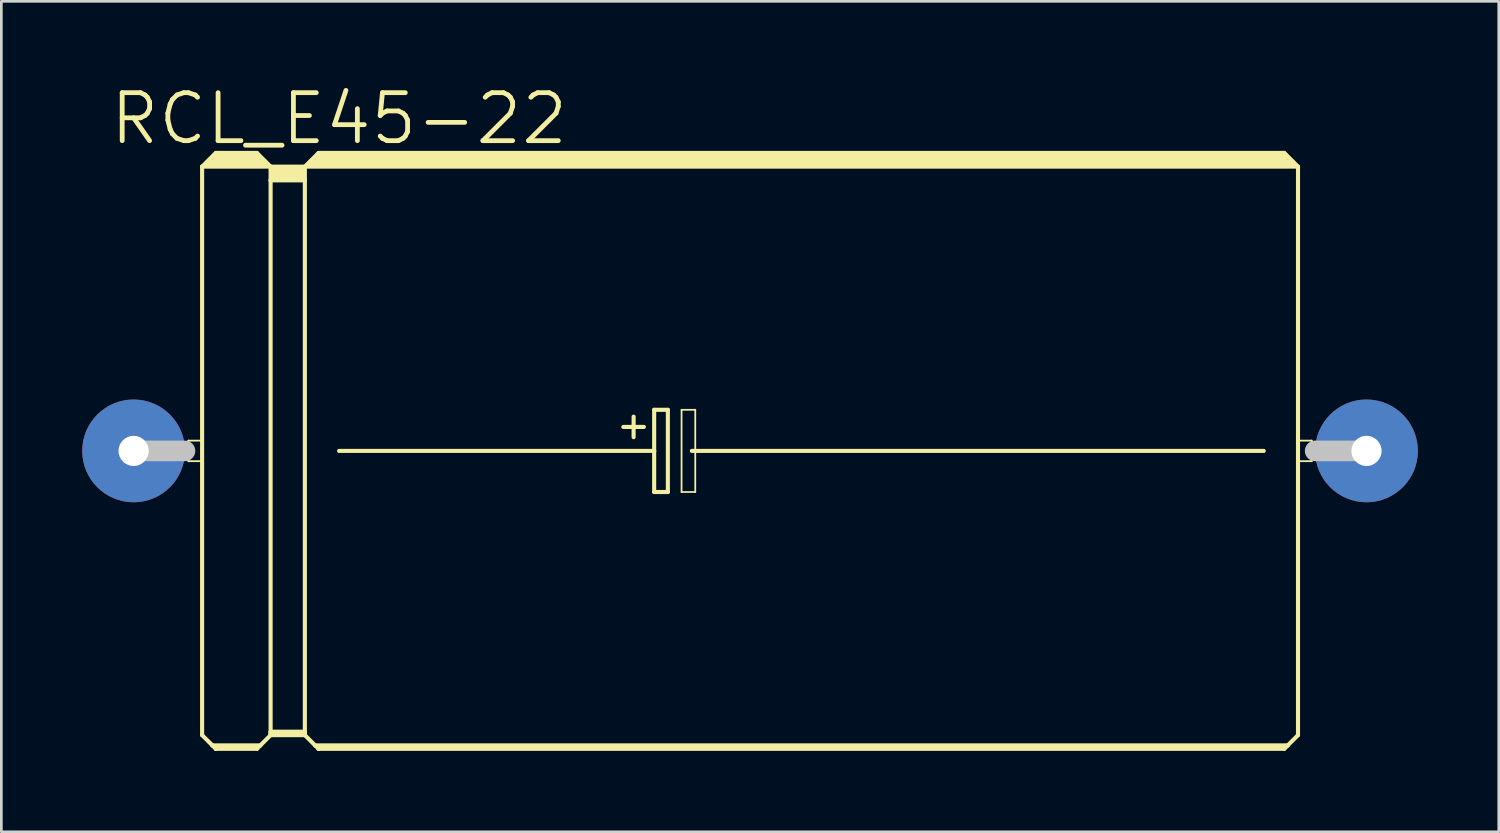
<source format=kicad_pcb>
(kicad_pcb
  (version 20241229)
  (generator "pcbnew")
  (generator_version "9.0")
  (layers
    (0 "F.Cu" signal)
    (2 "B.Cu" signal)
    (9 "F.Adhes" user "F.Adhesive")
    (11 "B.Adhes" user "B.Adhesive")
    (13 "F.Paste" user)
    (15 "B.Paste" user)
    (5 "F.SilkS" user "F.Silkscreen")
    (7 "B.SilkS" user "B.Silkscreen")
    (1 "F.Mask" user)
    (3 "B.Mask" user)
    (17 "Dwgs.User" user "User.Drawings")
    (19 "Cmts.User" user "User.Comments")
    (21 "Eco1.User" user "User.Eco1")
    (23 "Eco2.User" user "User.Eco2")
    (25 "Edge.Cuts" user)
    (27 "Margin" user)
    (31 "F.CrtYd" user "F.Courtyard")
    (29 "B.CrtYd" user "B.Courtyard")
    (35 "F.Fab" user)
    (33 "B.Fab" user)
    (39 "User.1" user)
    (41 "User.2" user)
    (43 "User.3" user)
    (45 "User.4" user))
  (footprint "RCL_E45-22"
    (layer "F.Cu")
    (at 24.765 13.671)
    (property "Reference" "RCL_E45-22" (at -15.24 -12.319 0) (layer "F.SilkS") (effects (font (size 1.778 1.778) (thickness 0.178))))
    (attr exclude_from_pos_files exclude_from_bom)
    (fp_line (start -20.828 -0.381) (end -20.32 -0.381) (stroke (width 0.066) (type solid)) (layer "F.SilkS"))
    (fp_line (start -20.828 0.381) (end -20.828 -0.381) (stroke (width 0.066) (type solid)) (layer "F.SilkS"))
    (fp_line (start -20.828 0.381) (end -20.32 0.381) (stroke (width 0.066) (type solid)) (layer "F.SilkS"))
    (fp_line (start -20.32 -10.541) (end -20.32 10.541) (stroke (width 0.152) (type solid)) (layer "F.SilkS"))
    (fp_line (start -20.32 -10.541) (end -19.812 -11.049) (stroke (width 0.152) (type solid)) (layer "F.SilkS"))
    (fp_line (start -20.32 -10.541) (end -17.78 -10.541) (stroke (width 0.152) (type solid)) (layer "F.SilkS"))
    (fp_line (start -20.32 0.381) (end -20.32 -0.381) (stroke (width 0.066) (type solid)) (layer "F.SilkS"))
    (fp_line (start -20.32 10.541) (end -19.939 10.922) (stroke (width 0.152) (type solid)) (layer "F.SilkS"))
    (fp_line (start -20.066 -10.668) (end -18.034 -10.668) (stroke (width 0.305) (type solid)) (layer "F.SilkS"))
    (fp_line (start -19.939 10.922) (end -19.812 11.049) (stroke (width 0.152) (type solid)) (layer "F.SilkS"))
    (fp_line (start -19.939 10.922) (end -18.161 10.922) (stroke (width 0.152) (type solid)) (layer "F.SilkS"))
    (fp_line (start -19.812 -11.049) (end -18.288 -11.049) (stroke (width 0.152) (type solid)) (layer "F.SilkS"))
    (fp_line (start -19.812 -10.922) (end -18.288 -10.922) (stroke (width 0.305) (type solid)) (layer "F.SilkS"))
    (fp_line (start -19.812 10.998) (end -18.288 10.998) (stroke (width 0.152) (type solid)) (layer "F.SilkS"))
    (fp_line (start -19.812 11.049) (end -19.812 10.998) (stroke (width 0.152) (type solid)) (layer "F.SilkS"))
    (fp_line (start -19.812 11.049) (end -18.288 11.049) (stroke (width 0.152) (type solid)) (layer "F.SilkS"))
    (fp_line (start -18.288 -11.049) (end -17.78 -10.541) (stroke (width 0.152) (type solid)) (layer "F.SilkS"))
    (fp_line (start -18.288 11.049) (end -18.161 10.922) (stroke (width 0.152) (type solid)) (layer "F.SilkS"))
    (fp_line (start -18.161 10.922) (end -17.78 10.541) (stroke (width 0.152) (type solid)) (layer "F.SilkS"))
    (fp_line (start -17.78 -10.541) (end -16.51 -10.541) (stroke (width 0.152) (type solid)) (layer "F.SilkS"))
    (fp_line (start -17.78 -10.033) (end -17.78 -10.541) (stroke (width 0.152) (type solid)) (layer "F.SilkS"))
    (fp_line (start -17.78 -10.033) (end -16.51 -10.033) (stroke (width 0.152) (type solid)) (layer "F.SilkS"))
    (fp_line (start -17.78 10.414) (end -17.78 -10.033) (stroke (width 0.152) (type solid)) (layer "F.SilkS"))
    (fp_line (start -17.78 10.414) (end -16.51 10.414) (stroke (width 0.152) (type solid)) (layer "F.SilkS"))
    (fp_line (start -17.78 10.49) (end -17.78 10.414) (stroke (width 0.152) (type solid)) (layer "F.SilkS"))
    (fp_line (start -17.78 10.49) (end -16.51 10.49) (stroke (width 0.152) (type solid)) (layer "F.SilkS"))
    (fp_line (start -17.78 10.541) (end -17.78 10.49) (stroke (width 0.152) (type solid)) (layer "F.SilkS"))
    (fp_line (start -17.78 10.541) (end -16.51 10.541) (stroke (width 0.152) (type solid)) (layer "F.SilkS"))
    (fp_line (start -17.65 -10.414) (end -16.637 -10.414) (stroke (width 0.305) (type solid)) (layer "F.SilkS"))
    (fp_line (start -17.65 -10.16) (end -16.637 -10.16) (stroke (width 0.305) (type solid)) (layer "F.SilkS"))
    (fp_line (start -16.51 -10.541) (end -16.002 -11.049) (stroke (width 0.152) (type solid)) (layer "F.SilkS"))
    (fp_line (start -16.51 -10.541) (end 20.32 -10.541) (stroke (width 0.152) (type solid)) (layer "F.SilkS"))
    (fp_line (start -16.51 -10.033) (end -16.51 -10.541) (stroke (width 0.152) (type solid)) (layer "F.SilkS"))
    (fp_line (start -16.51 10.414) (end -16.51 -10.033) (stroke (width 0.152) (type solid)) (layer "F.SilkS"))
    (fp_line (start -16.51 10.49) (end -16.51 10.414) (stroke (width 0.152) (type solid)) (layer "F.SilkS"))
    (fp_line (start -16.51 10.541) (end -16.51 10.49) (stroke (width 0.152) (type solid)) (layer "F.SilkS"))
    (fp_line (start -16.51 10.541) (end -16.129 10.922) (stroke (width 0.152) (type solid)) (layer "F.SilkS"))
    (fp_line (start -16.256 -10.668) (end 20.066 -10.668) (stroke (width 0.305) (type solid)) (layer "F.SilkS"))
    (fp_line (start -16.129 10.922) (end -16.002 11.049) (stroke (width 0.152) (type solid)) (layer "F.SilkS"))
    (fp_line (start -16.129 10.922) (end 19.939 10.922) (stroke (width 0.152) (type solid)) (layer "F.SilkS"))
    (fp_line (start -16.002 -11.049) (end 19.812 -11.049) (stroke (width 0.152) (type solid)) (layer "F.SilkS"))
    (fp_line (start -16.002 -10.922) (end 19.812 -10.922) (stroke (width 0.305) (type solid)) (layer "F.SilkS"))
    (fp_line (start -16.002 10.998) (end 19.812 10.998) (stroke (width 0.152) (type solid)) (layer "F.SilkS"))
    (fp_line (start -16.002 11.049) (end -16.002 10.998) (stroke (width 0.152) (type solid)) (layer "F.SilkS"))
    (fp_line (start -16.002 11.049) (end 19.812 11.049) (stroke (width 0.152) (type solid)) (layer "F.SilkS"))
    (fp_line (start -15.24 0) (end -3.556 0) (stroke (width 0.152) (type solid)) (layer "F.SilkS"))
    (fp_line (start -4.699 -0.889) (end -3.937 -0.889) (stroke (width 0.152) (type solid)) (layer "F.SilkS"))
    (fp_line (start -4.318 -1.27) (end -4.318 -0.508) (stroke (width 0.152) (type solid)) (layer "F.SilkS"))
    (fp_line (start -3.556 -1.524) (end -3.556 0) (stroke (width 0.152) (type solid)) (layer "F.SilkS"))
    (fp_line (start -3.556 0) (end -3.556 1.524) (stroke (width 0.152) (type solid)) (layer "F.SilkS"))
    (fp_line (start -3.556 1.524) (end -3.048 1.524) (stroke (width 0.152) (type solid)) (layer "F.SilkS"))
    (fp_line (start -3.048 -1.524) (end -3.556 -1.524) (stroke (width 0.152) (type solid)) (layer "F.SilkS"))
    (fp_line (start -3.048 1.524) (end -3.048 -1.524) (stroke (width 0.152) (type solid)) (layer "F.SilkS"))
    (fp_line (start -2.54 -1.524) (end -2.032 -1.524) (stroke (width 0.066) (type solid)) (layer "F.SilkS"))
    (fp_line (start -2.54 1.524) (end -2.54 -1.524) (stroke (width 0.066) (type solid)) (layer "F.SilkS"))
    (fp_line (start -2.54 1.524) (end -2.032 1.524) (stroke (width 0.066) (type solid)) (layer "F.SilkS"))
    (fp_line (start -2.159 0) (end 19.05 0) (stroke (width 0.152) (type solid)) (layer "F.SilkS"))
    (fp_line (start -2.032 1.524) (end -2.032 -1.524) (stroke (width 0.066) (type solid)) (layer "F.SilkS"))
    (fp_line (start 19.812 -11.049) (end 20.32 -10.541) (stroke (width 0.152) (type solid)) (layer "F.SilkS"))
    (fp_line (start 19.812 11.049) (end 19.939 10.922) (stroke (width 0.152) (type solid)) (layer "F.SilkS"))
    (fp_line (start 19.939 10.922) (end 20.32 10.541) (stroke (width 0.152) (type solid)) (layer "F.SilkS"))
    (fp_line (start 20.32 -10.541) (end 20.32 10.541) (stroke (width 0.152) (type solid)) (layer "F.SilkS"))
    (fp_line (start 20.32 -0.381) (end 20.828 -0.381) (stroke (width 0.066) (type solid)) (layer "F.SilkS"))
    (fp_line (start 20.32 0.381) (end 20.32 -0.381) (stroke (width 0.066) (type solid)) (layer "F.SilkS"))
    (fp_line (start 20.32 0.381) (end 20.828 0.381) (stroke (width 0.066) (type solid)) (layer "F.SilkS"))
    (fp_line (start 20.828 0.381) (end 20.828 -0.381) (stroke (width 0.066) (type solid)) (layer "F.SilkS"))
    (fp_line (start -22.86 0) (end -20.955 0) (stroke (width 0.762) (type solid)) (layer "Dwgs.User"))
    (fp_line (start 22.86 0) (end 20.955 0) (stroke (width 0.762) (type solid)) (layer "Dwgs.User"))
    (pad "+" thru_hole circle (at -22.86 0) (size 3.81 3.81) (drill 1.118) (layers "*.Cu" "*.Paste" "*.Mask"))
    (pad "-" thru_hole circle (at 22.86 0) (size 3.81 3.81) (drill 1.118) (layers "*.Cu" "*.Paste" "*.Mask")))
  (gr_rect
    (start -3 -3)
    (end 52.53 27.796)
    (stroke (width 0.1) (type default))
    (fill no)
    (layer "Edge.Cuts")))
</source>
